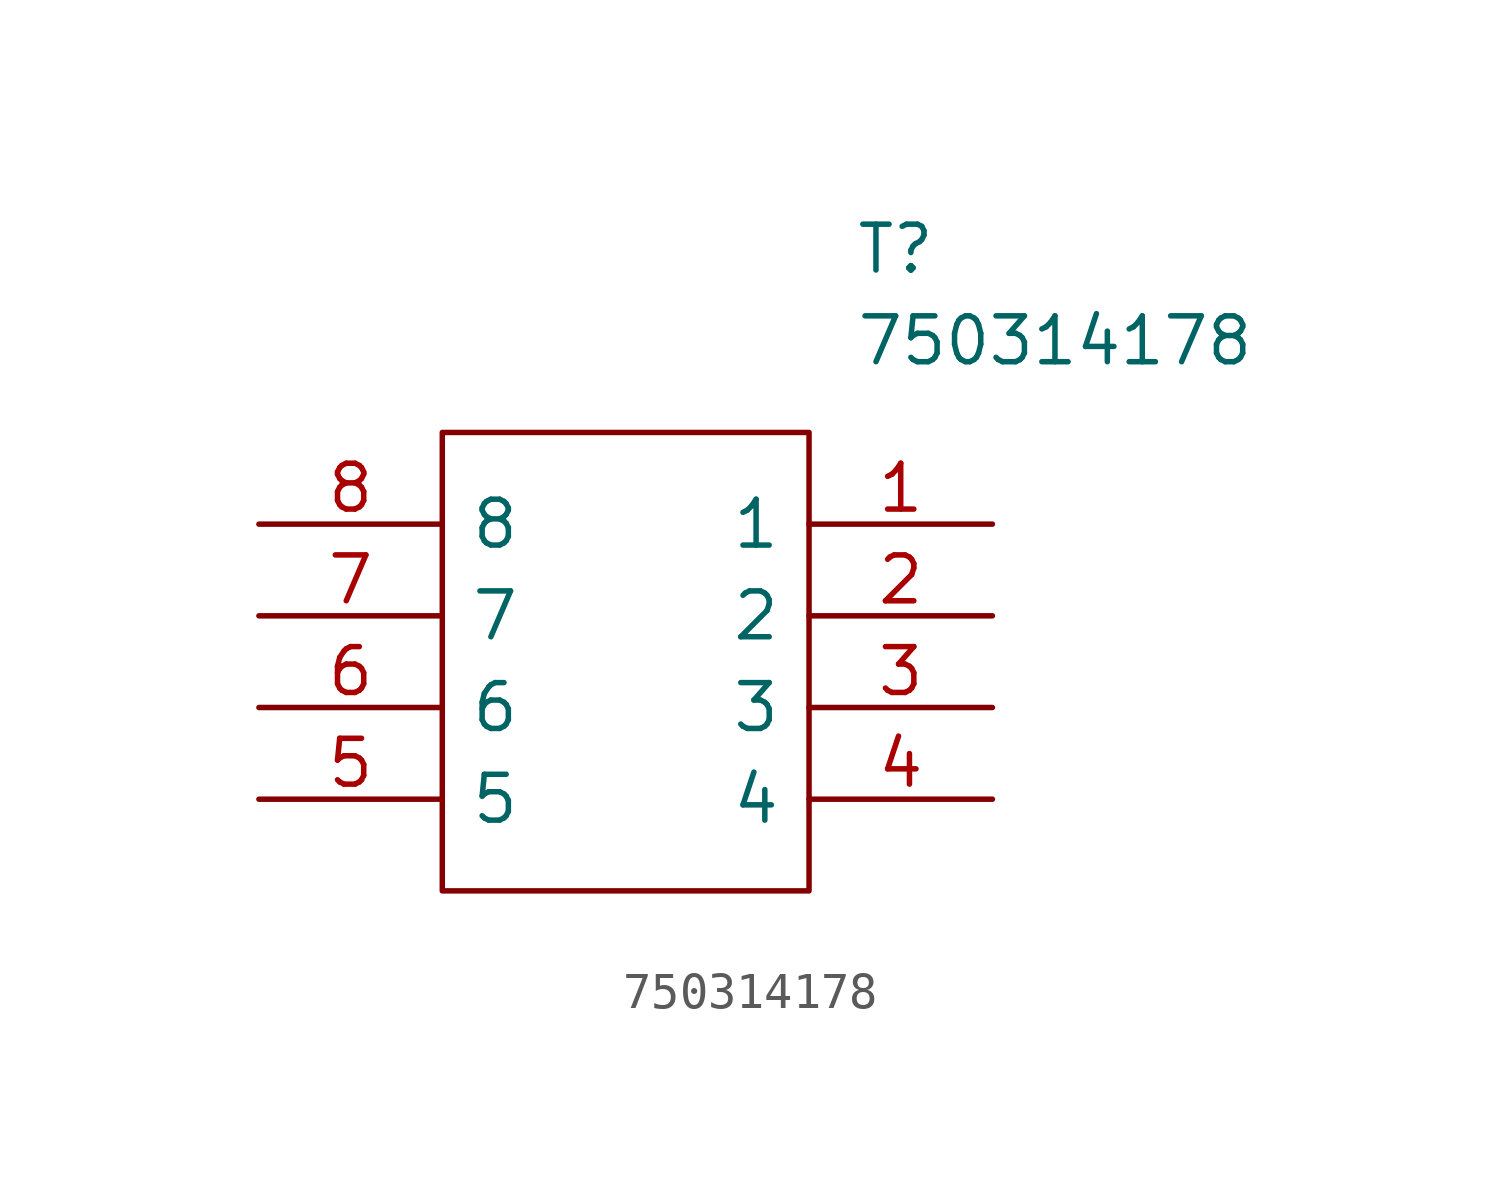
<source format=kicad_sym>
(kicad_symbol_lib
  (version 20220914)
  (generator kicad_symbol_editor)
  (symbol "750314178"
    (pin_names
      (offset 0.762))
    (property "Reference" "T"
      (at 16.51 7.62 0)
      (effects (font (size 1.27 1.27)) (justify left)))
    (property "Value" "750314178"
      (at 16.51 5.08 0)
      (effects (font (size 1.27 1.27)) (justify left)))
    (symbol "750314178_0_0"
      (pin passive line (at 20.32 0 180) (length 5.08) (name "1" (effects (font (size 1.27 1.27)))) (number "1" (effects (font (size 1.27 1.27)))))
      (pin passive line (at 20.32 -2.54 180) (length 5.08) (name "2" (effects (font (size 1.27 1.27)))) (number "2" (effects (font (size 1.27 1.27)))))
      (pin passive line (at 20.32 -5.08 180) (length 5.08) (name "3" (effects (font (size 1.27 1.27)))) (number "3" (effects (font (size 1.27 1.27)))))
      (pin passive line (at 20.32 -7.62 180) (length 5.08) (name "4" (effects (font (size 1.27 1.27)))) (number "4" (effects (font (size 1.27 1.27)))))
      (pin passive line (at 0 -7.62 0) (length 5.08) (name "5" (effects (font (size 1.27 1.27)))) (number "5" (effects (font (size 1.27 1.27)))))
      (pin passive line (at 0 -5.08 0) (length 5.08) (name "6" (effects (font (size 1.27 1.27)))) (number "6" (effects (font (size 1.27 1.27)))))
      (pin passive line (at 0 -2.54 0) (length 5.08) (name "7" (effects (font (size 1.27 1.27)))) (number "7" (effects (font (size 1.27 1.27)))))
      (pin passive line (at 0 0 0) (length 5.08) (name "8" (effects (font (size 1.27 1.27)))) (number "8" (effects (font (size 1.27 1.27))))))
    (symbol "750314178_0_1"
      (polyline (pts (xy 5.08 2.54) (xy 15.24 2.54) (xy 15.24 -10.16) (xy 5.08 -10.16) (xy 5.08 2.54)) (stroke (width 0.152) (type solid)) (fill (type none))))))
</source>
